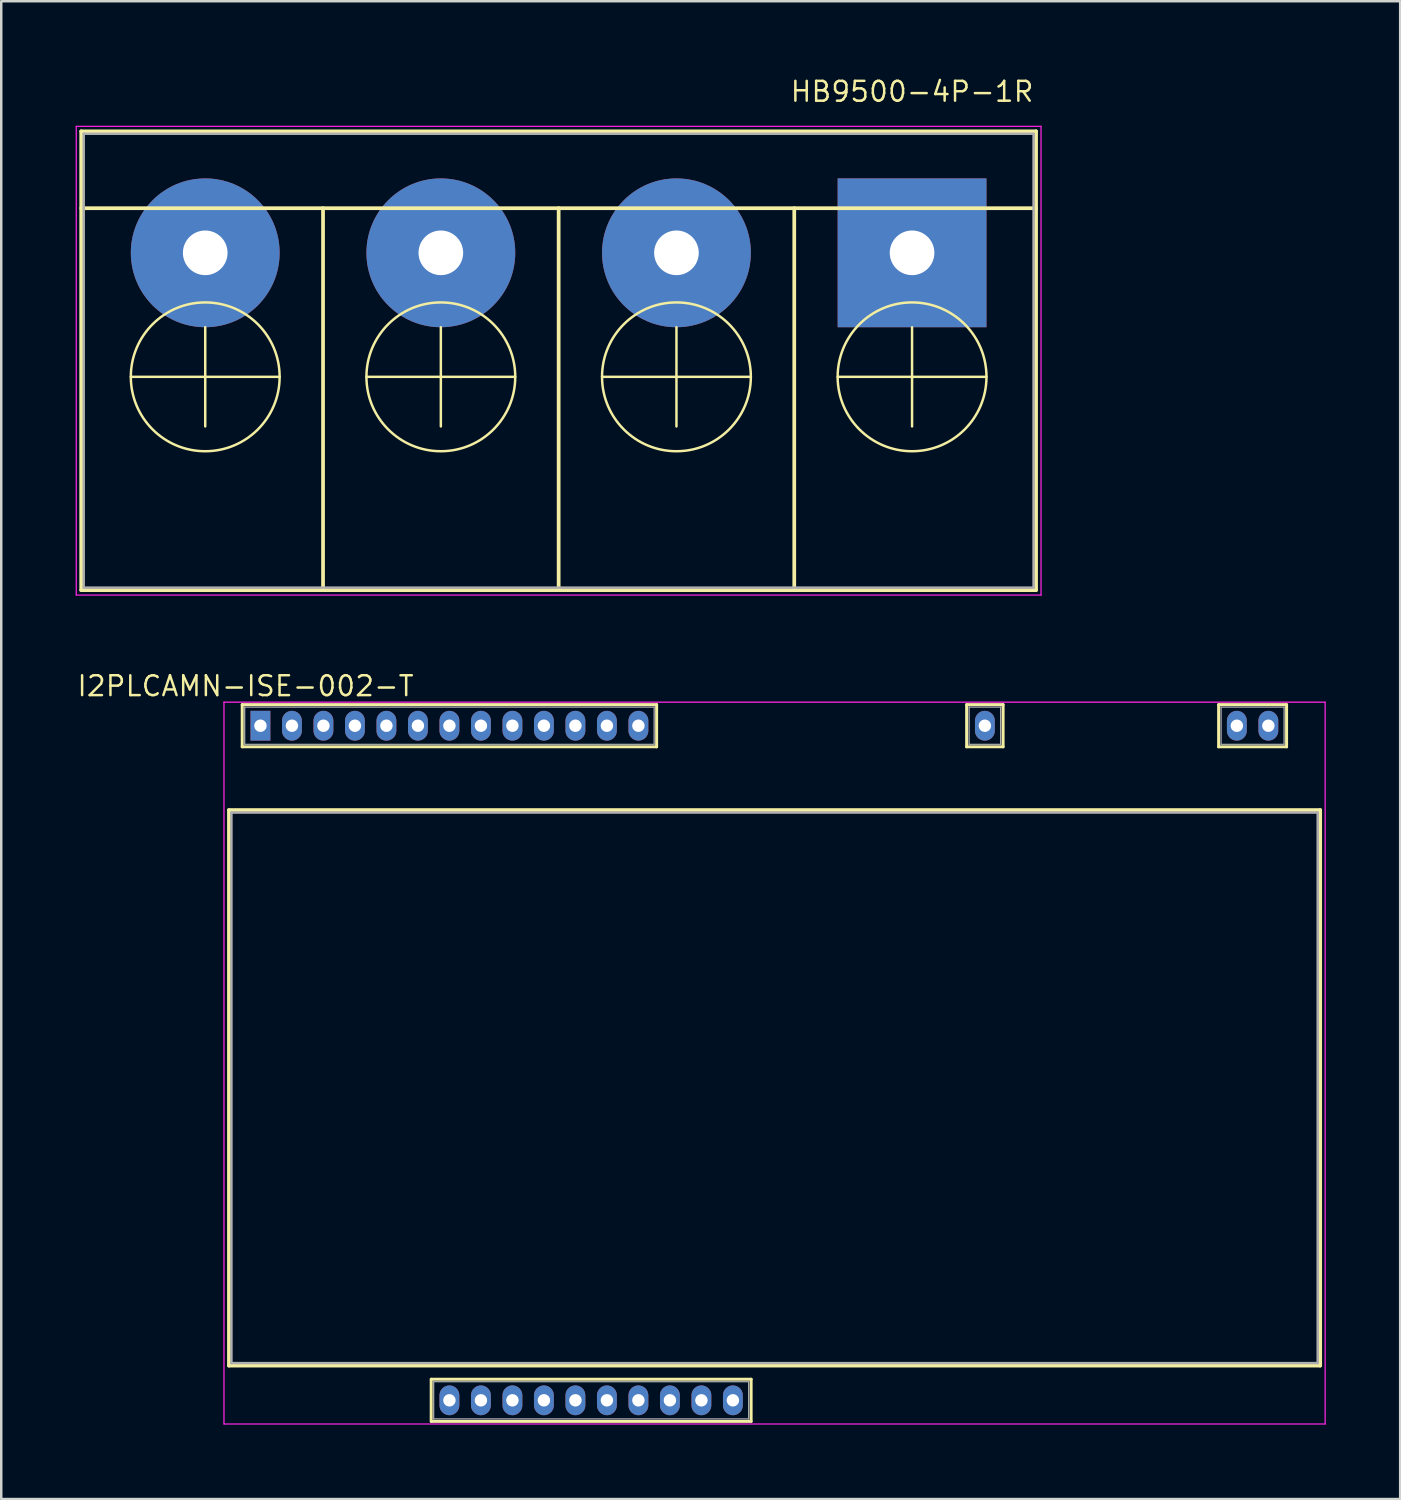
<source format=kicad_pcb>
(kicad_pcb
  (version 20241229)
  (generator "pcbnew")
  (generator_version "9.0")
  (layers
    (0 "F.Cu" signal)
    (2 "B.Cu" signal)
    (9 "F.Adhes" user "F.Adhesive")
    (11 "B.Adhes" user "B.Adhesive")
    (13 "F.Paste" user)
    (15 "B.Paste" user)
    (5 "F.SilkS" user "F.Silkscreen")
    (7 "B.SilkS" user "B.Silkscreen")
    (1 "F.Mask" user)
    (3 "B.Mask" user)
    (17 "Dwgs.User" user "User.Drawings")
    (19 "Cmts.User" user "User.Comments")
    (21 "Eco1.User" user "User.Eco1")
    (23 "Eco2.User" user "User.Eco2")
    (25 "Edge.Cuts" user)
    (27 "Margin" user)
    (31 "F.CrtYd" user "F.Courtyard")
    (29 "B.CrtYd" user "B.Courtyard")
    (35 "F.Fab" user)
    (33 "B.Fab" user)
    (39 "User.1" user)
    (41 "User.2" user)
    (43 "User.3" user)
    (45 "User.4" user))
  (footprint "I2PLCAMN-ISE-002-T"
    (layer "F.Cu")
    (at 7.451 26.212)
    (property "Reference" "I2PLCAMN-ISE-002-T" (at -0.6 -1.6 0) (layer "F.SilkS") (effects (font (size 0.8 0.8) (thickness 0.1))))
    (attr through_hole)
    (fp_line (start -1.27 3.4) (end 42.73 3.4) (stroke (width 0.15) (type solid)) (layer "F.SilkS"))
    (fp_line (start -1.27 25.8) (end -1.27 3.4) (stroke (width 0.15) (type solid)) (layer "F.SilkS"))
    (fp_line (start -1.27 25.8) (end 42.73 25.8) (stroke (width 0.15) (type solid)) (layer "F.SilkS"))
    (fp_line (start -0.735 -0.85) (end 15.975 -0.85) (stroke (width 0.12) (type solid)) (layer "F.SilkS"))
    (fp_line (start -0.735 0.85) (end -0.735 -0.85) (stroke (width 0.12) (type solid)) (layer "F.SilkS"))
    (fp_line (start 6.885 28.05) (end 6.885 26.35) (stroke (width 0.12) (type solid)) (layer "F.SilkS"))
    (fp_line (start 6.89 26.35) (end 19.785 26.35) (stroke (width 0.12) (type solid)) (layer "F.SilkS"))
    (fp_line (start 15.975 -0.85) (end 15.975 0.85) (stroke (width 0.12) (type solid)) (layer "F.SilkS"))
    (fp_line (start 15.975 0.85) (end -0.735 0.85) (stroke (width 0.12) (type solid)) (layer "F.SilkS"))
    (fp_line (start 19.785 26.35) (end 19.785 28.05) (stroke (width 0.12) (type solid)) (layer "F.SilkS"))
    (fp_line (start 19.785 28.05) (end 6.89 28.05) (stroke (width 0.12) (type solid)) (layer "F.SilkS"))
    (fp_line (start 28.475 -0.85) (end 29.945 -0.85) (stroke (width 0.12) (type solid)) (layer "F.SilkS"))
    (fp_line (start 28.475 0.85) (end 28.475 -0.85) (stroke (width 0.12) (type solid)) (layer "F.SilkS"))
    (fp_line (start 29.945 -0.85) (end 29.945 0.85) (stroke (width 0.12) (type solid)) (layer "F.SilkS"))
    (fp_line (start 29.945 0.85) (end 28.475 0.85) (stroke (width 0.12) (type solid)) (layer "F.SilkS"))
    (fp_line (start 38.635 -0.85) (end 41.375 -0.85) (stroke (width 0.12) (type solid)) (layer "F.SilkS"))
    (fp_line (start 38.635 0.85) (end 38.635 -0.85) (stroke (width 0.12) (type solid)) (layer "F.SilkS"))
    (fp_line (start 41.375 -0.85) (end 41.375 0.85) (stroke (width 0.12) (type solid)) (layer "F.SilkS"))
    (fp_line (start 41.375 0.85) (end 38.635 0.85) (stroke (width 0.12) (type solid)) (layer "F.SilkS"))
    (fp_line (start 42.73 25.8) (end 42.73 3.4) (stroke (width 0.15) (type solid)) (layer "F.SilkS"))
    (fp_line (start -1.47 -0.95) (end 42.93 -0.95) (stroke (width 0.05) (type solid)) (layer "F.CrtYd"))
    (fp_line (start -1.47 28.155) (end -1.47 -0.95) (stroke (width 0.05) (type solid)) (layer "F.CrtYd"))
    (fp_line (start -1.47 28.155) (end 42.93 28.155) (stroke (width 0.05) (type solid)) (layer "F.CrtYd"))
    (fp_line (start 42.93 28.155) (end 42.93 -0.95) (stroke (width 0.05) (type solid)) (layer "F.CrtYd"))
    (fp_line (start -1.17 3.5) (end 42.63 3.5) (stroke (width 0.1) (type solid)) (layer "F.Fab"))
    (fp_line (start -1.17 25.7) (end -1.17 3.5) (stroke (width 0.1) (type solid)) (layer "F.Fab"))
    (fp_line (start -1.17 25.7) (end 42.63 25.7) (stroke (width 0.1) (type solid)) (layer "F.Fab"))
    (fp_line (start -0.635 -0.75) (end 15.875 -0.75) (stroke (width 0.05) (type solid)) (layer "F.Fab"))
    (fp_line (start -0.635 0.75) (end -0.635 -0.75) (stroke (width 0.05) (type solid)) (layer "F.Fab"))
    (fp_line (start 6.985 26.45) (end 19.685 26.45) (stroke (width 0.05) (type solid)) (layer "F.Fab"))
    (fp_line (start 6.985 27.95) (end 6.985 26.45) (stroke (width 0.05) (type solid)) (layer "F.Fab"))
    (fp_line (start 15.875 -0.75) (end 15.875 0.75) (stroke (width 0.05) (type solid)) (layer "F.Fab"))
    (fp_line (start 15.875 0.75) (end -0.635 0.75) (stroke (width 0.05) (type solid)) (layer "F.Fab"))
    (fp_line (start 19.685 26.45) (end 19.685 27.95) (stroke (width 0.05) (type solid)) (layer "F.Fab"))
    (fp_line (start 19.685 27.95) (end 6.985 27.95) (stroke (width 0.05) (type solid)) (layer "F.Fab"))
    (fp_line (start 28.575 -0.75) (end 29.845 -0.75) (stroke (width 0.05) (type solid)) (layer "F.Fab"))
    (fp_line (start 28.575 0.75) (end 28.575 -0.75) (stroke (width 0.05) (type solid)) (layer "F.Fab"))
    (fp_line (start 29.845 -0.75) (end 29.845 0.75) (stroke (width 0.05) (type solid)) (layer "F.Fab"))
    (fp_line (start 29.845 0.75) (end 28.575 0.75) (stroke (width 0.05) (type solid)) (layer "F.Fab"))
    (fp_line (start 38.735 -0.75) (end 41.275 -0.75) (stroke (width 0.05) (type solid)) (layer "F.Fab"))
    (fp_line (start 38.735 0.75) (end 38.735 -0.75) (stroke (width 0.05) (type solid)) (layer "F.Fab"))
    (fp_line (start 41.275 -0.75) (end 41.275 0.75) (stroke (width 0.05) (type solid)) (layer "F.Fab"))
    (fp_line (start 41.275 0.75) (end 38.735 0.75) (stroke (width 0.05) (type solid)) (layer "F.Fab"))
    (fp_line (start 42.63 25.7) (end 42.63 3.5) (stroke (width 0.1) (type solid)) (layer "F.Fab"))
    (pad "1" thru_hole rect (at 0 0) (size 0.8 1.2) (drill 0.5) (layers "*.Cu" "*.Mask"))
    (pad "2" thru_hole oval (at 1.27 0) (size 0.8 1.2) (drill 0.5) (layers "*.Cu" "*.Mask"))
    (pad "3" thru_hole oval (at 2.54 0) (size 0.8 1.2) (drill 0.5) (layers "*.Cu" "*.Mask"))
    (pad "4" thru_hole oval (at 3.81 0) (size 0.8 1.2) (drill 0.5) (layers "*.Cu" "*.Mask"))
    (pad "5" thru_hole oval (at 5.08 0) (size 0.8 1.2) (drill 0.5) (layers "*.Cu" "*.Mask"))
    (pad "6" thru_hole oval (at 6.35 0) (size 0.8 1.2) (drill 0.5) (layers "*.Cu" "*.Mask"))
    (pad "7" thru_hole oval (at 7.62 0) (size 0.8 1.2) (drill 0.5) (layers "*.Cu" "*.Mask"))
    (pad "8" thru_hole oval (at 8.89 0) (size 0.8 1.2) (drill 0.5) (layers "*.Cu" "*.Mask"))
    (pad "9" thru_hole oval (at 10.16 0) (size 0.8 1.2) (drill 0.5) (layers "*.Cu" "*.Mask"))
    (pad "10" thru_hole oval (at 11.43 0) (size 0.8 1.2) (drill 0.5) (layers "*.Cu" "*.Mask"))
    (pad "11" thru_hole oval (at 12.7 0) (size 0.8 1.2) (drill 0.5) (layers "*.Cu" "*.Mask"))
    (pad "12" thru_hole oval (at 13.97 0) (size 0.8 1.2) (drill 0.5) (layers "*.Cu" "*.Mask"))
    (pad "13" thru_hole oval (at 15.24 0) (size 0.8 1.2) (drill 0.5) (layers "*.Cu" "*.Mask"))
    (pad "15" thru_hole oval (at 29.21 0) (size 0.8 1.2) (drill 0.5) (layers "*.Cu" "*.Mask"))
    (pad "16" thru_hole oval (at 39.37 0) (size 0.8 1.2) (drill 0.5) (layers "*.Cu" "*.Mask"))
    (pad "17" thru_hole oval (at 40.64 0) (size 0.8 1.2) (drill 0.5) (layers "*.Cu" "*.Mask"))
    (pad "18" thru_hole oval (at 19.05 27.2) (size 0.8 1.2) (drill 0.5) (layers "*.Cu" "*.Mask"))
    (pad "19" thru_hole oval (at 17.78 27.2) (size 0.8 1.2) (drill 0.5) (layers "*.Cu" "*.Mask"))
    (pad "20" thru_hole oval (at 16.51 27.2) (size 0.8 1.2) (drill 0.5) (layers "*.Cu" "*.Mask"))
    (pad "21" thru_hole oval (at 15.24 27.2) (size 0.8 1.2) (drill 0.5) (layers "*.Cu" "*.Mask"))
    (pad "22" thru_hole oval (at 13.97 27.2) (size 0.8 1.2) (drill 0.5) (layers "*.Cu" "*.Mask"))
    (pad "23" thru_hole oval (at 12.7 27.2) (size 0.8 1.2) (drill 0.5) (layers "*.Cu" "*.Mask"))
    (pad "24" thru_hole oval (at 11.43 27.2) (size 0.8 1.2) (drill 0.5) (layers "*.Cu" "*.Mask"))
    (pad "25" thru_hole oval (at 7.62 27.2) (size 0.8 1.2) (drill 0.5) (layers "*.Cu" "*.Mask"))
    (pad "25" thru_hole oval (at 8.89 27.2) (size 0.8 1.2) (drill 0.5) (layers "*.Cu" "*.Mask"))
    (pad "25" thru_hole oval (at 10.16 27.2) (size 0.8 1.2) (drill 0.5) (layers "*.Cu" "*.Mask")))
  (footprint "HB9500-4P-1R"
    (layer "F.Cu")
    (at 33.725 7.144)
    (property "Reference" "HB9500-4P-1R" (at 0 -6.5 0) (layer "F.SilkS") (effects (font (size 0.8 0.8) (thickness 0.1))))
    (attr through_hole)
    (fp_line (start -33.5 -4.9) (end 5 -4.9) (stroke (width 0.15) (type solid)) (layer "F.SilkS"))
    (fp_line (start -33.5 -1.8) (end 5 -1.8) (stroke (width 0.15) (type solid)) (layer "F.SilkS"))
    (fp_line (start -33.5 13.6) (end -33.5 -4.9) (stroke (width 0.15) (type solid)) (layer "F.SilkS"))
    (fp_line (start -33.5 13.6) (end 5 13.6) (stroke (width 0.15) (type solid)) (layer "F.SilkS"))
    (fp_line (start -31.5 5) (end -25.5 5) (stroke (width 0.1) (type solid)) (layer "F.SilkS"))
    (fp_line (start -28.5 7) (end -28.5 3) (stroke (width 0.1) (type solid)) (layer "F.SilkS"))
    (fp_line (start -23.75 -1.8) (end -23.75 13.6) (stroke (width 0.15) (type solid)) (layer "F.SilkS"))
    (fp_line (start -22 5) (end -16 5) (stroke (width 0.1) (type solid)) (layer "F.SilkS"))
    (fp_line (start -19 7) (end -19 3) (stroke (width 0.1) (type solid)) (layer "F.SilkS"))
    (fp_line (start -14.25 -1.8) (end -14.25 13.6) (stroke (width 0.15) (type solid)) (layer "F.SilkS"))
    (fp_line (start -12.5 5) (end -6.5 5) (stroke (width 0.1) (type solid)) (layer "F.SilkS"))
    (fp_line (start -9.5 7) (end -9.5 3) (stroke (width 0.1) (type solid)) (layer "F.SilkS"))
    (fp_line (start -4.75 -1.8) (end -4.75 13.6) (stroke (width 0.15) (type solid)) (layer "F.SilkS"))
    (fp_line (start -3 5) (end 3 5) (stroke (width 0.1) (type solid)) (layer "F.SilkS"))
    (fp_line (start 0 7) (end 0 3) (stroke (width 0.1) (type solid)) (layer "F.SilkS"))
    (fp_line (start 5 13.6) (end 5 -4.9) (stroke (width 0.15) (type solid)) (layer "F.SilkS"))
    (fp_circle (center -28.5 5) (end -25.5 5) (stroke (width 0.1) (type solid)) (fill no) (layer "F.SilkS"))
    (fp_circle (center -19 5) (end -16 5) (stroke (width 0.1) (type solid)) (fill no) (layer "F.SilkS"))
    (fp_circle (center -9.5 5) (end -6.5 5) (stroke (width 0.1) (type solid)) (fill no) (layer "F.SilkS"))
    (fp_circle (center 0 5) (end 3 5) (stroke (width 0.1) (type solid)) (fill no) (layer "F.SilkS"))
    (fp_line (start -33.7 -5.1) (end -33.7 13.8) (stroke (width 0.05) (type solid)) (layer "F.CrtYd"))
    (fp_line (start -33.7 -5.1) (end 5.2 -5.1) (stroke (width 0.05) (type solid)) (layer "F.CrtYd"))
    (fp_line (start -33.7 13.8) (end 5.2 13.8) (stroke (width 0.05) (type solid)) (layer "F.CrtYd"))
    (fp_line (start 5.2 -5.1) (end 5.2 13.8) (stroke (width 0.05) (type solid)) (layer "F.CrtYd"))
    (fp_line (start -33.4 -4.8) (end -33.4 13.5) (stroke (width 0.1) (type solid)) (layer "F.Fab"))
    (fp_line (start -33.4 -4.8) (end 4.9 -4.8) (stroke (width 0.1) (type solid)) (layer "F.Fab"))
    (fp_line (start -33.4 13.5) (end 4.9 13.5) (stroke (width 0.1) (type solid)) (layer "F.Fab"))
    (fp_line (start 4.9 -4.8) (end 4.9 13.5) (stroke (width 0.1) (type solid)) (layer "F.Fab"))
    (pad "1" thru_hole rect (at 0 0) (size 6 6) (drill 1.8) (layers "*.Cu" "*.Mask"))
    (pad "2" thru_hole circle (at -9.5 0 90) (size 6 6) (drill 1.8) (layers "*.Cu" "*.Mask"))
    (pad "3" thru_hole circle (at -19 0) (size 6 6) (drill 1.8) (layers "*.Cu" "*.Mask"))
    (pad "4" thru_hole circle (at -28.5 0) (size 6 6) (drill 1.8) (layers "*.Cu" "*.Mask")))
  (gr_rect
    (start -3 -3)
    (end 53.406 57.392)
    (stroke (width 0.1) (type default))
    (fill no)
    (layer "Edge.Cuts")))
</source>
